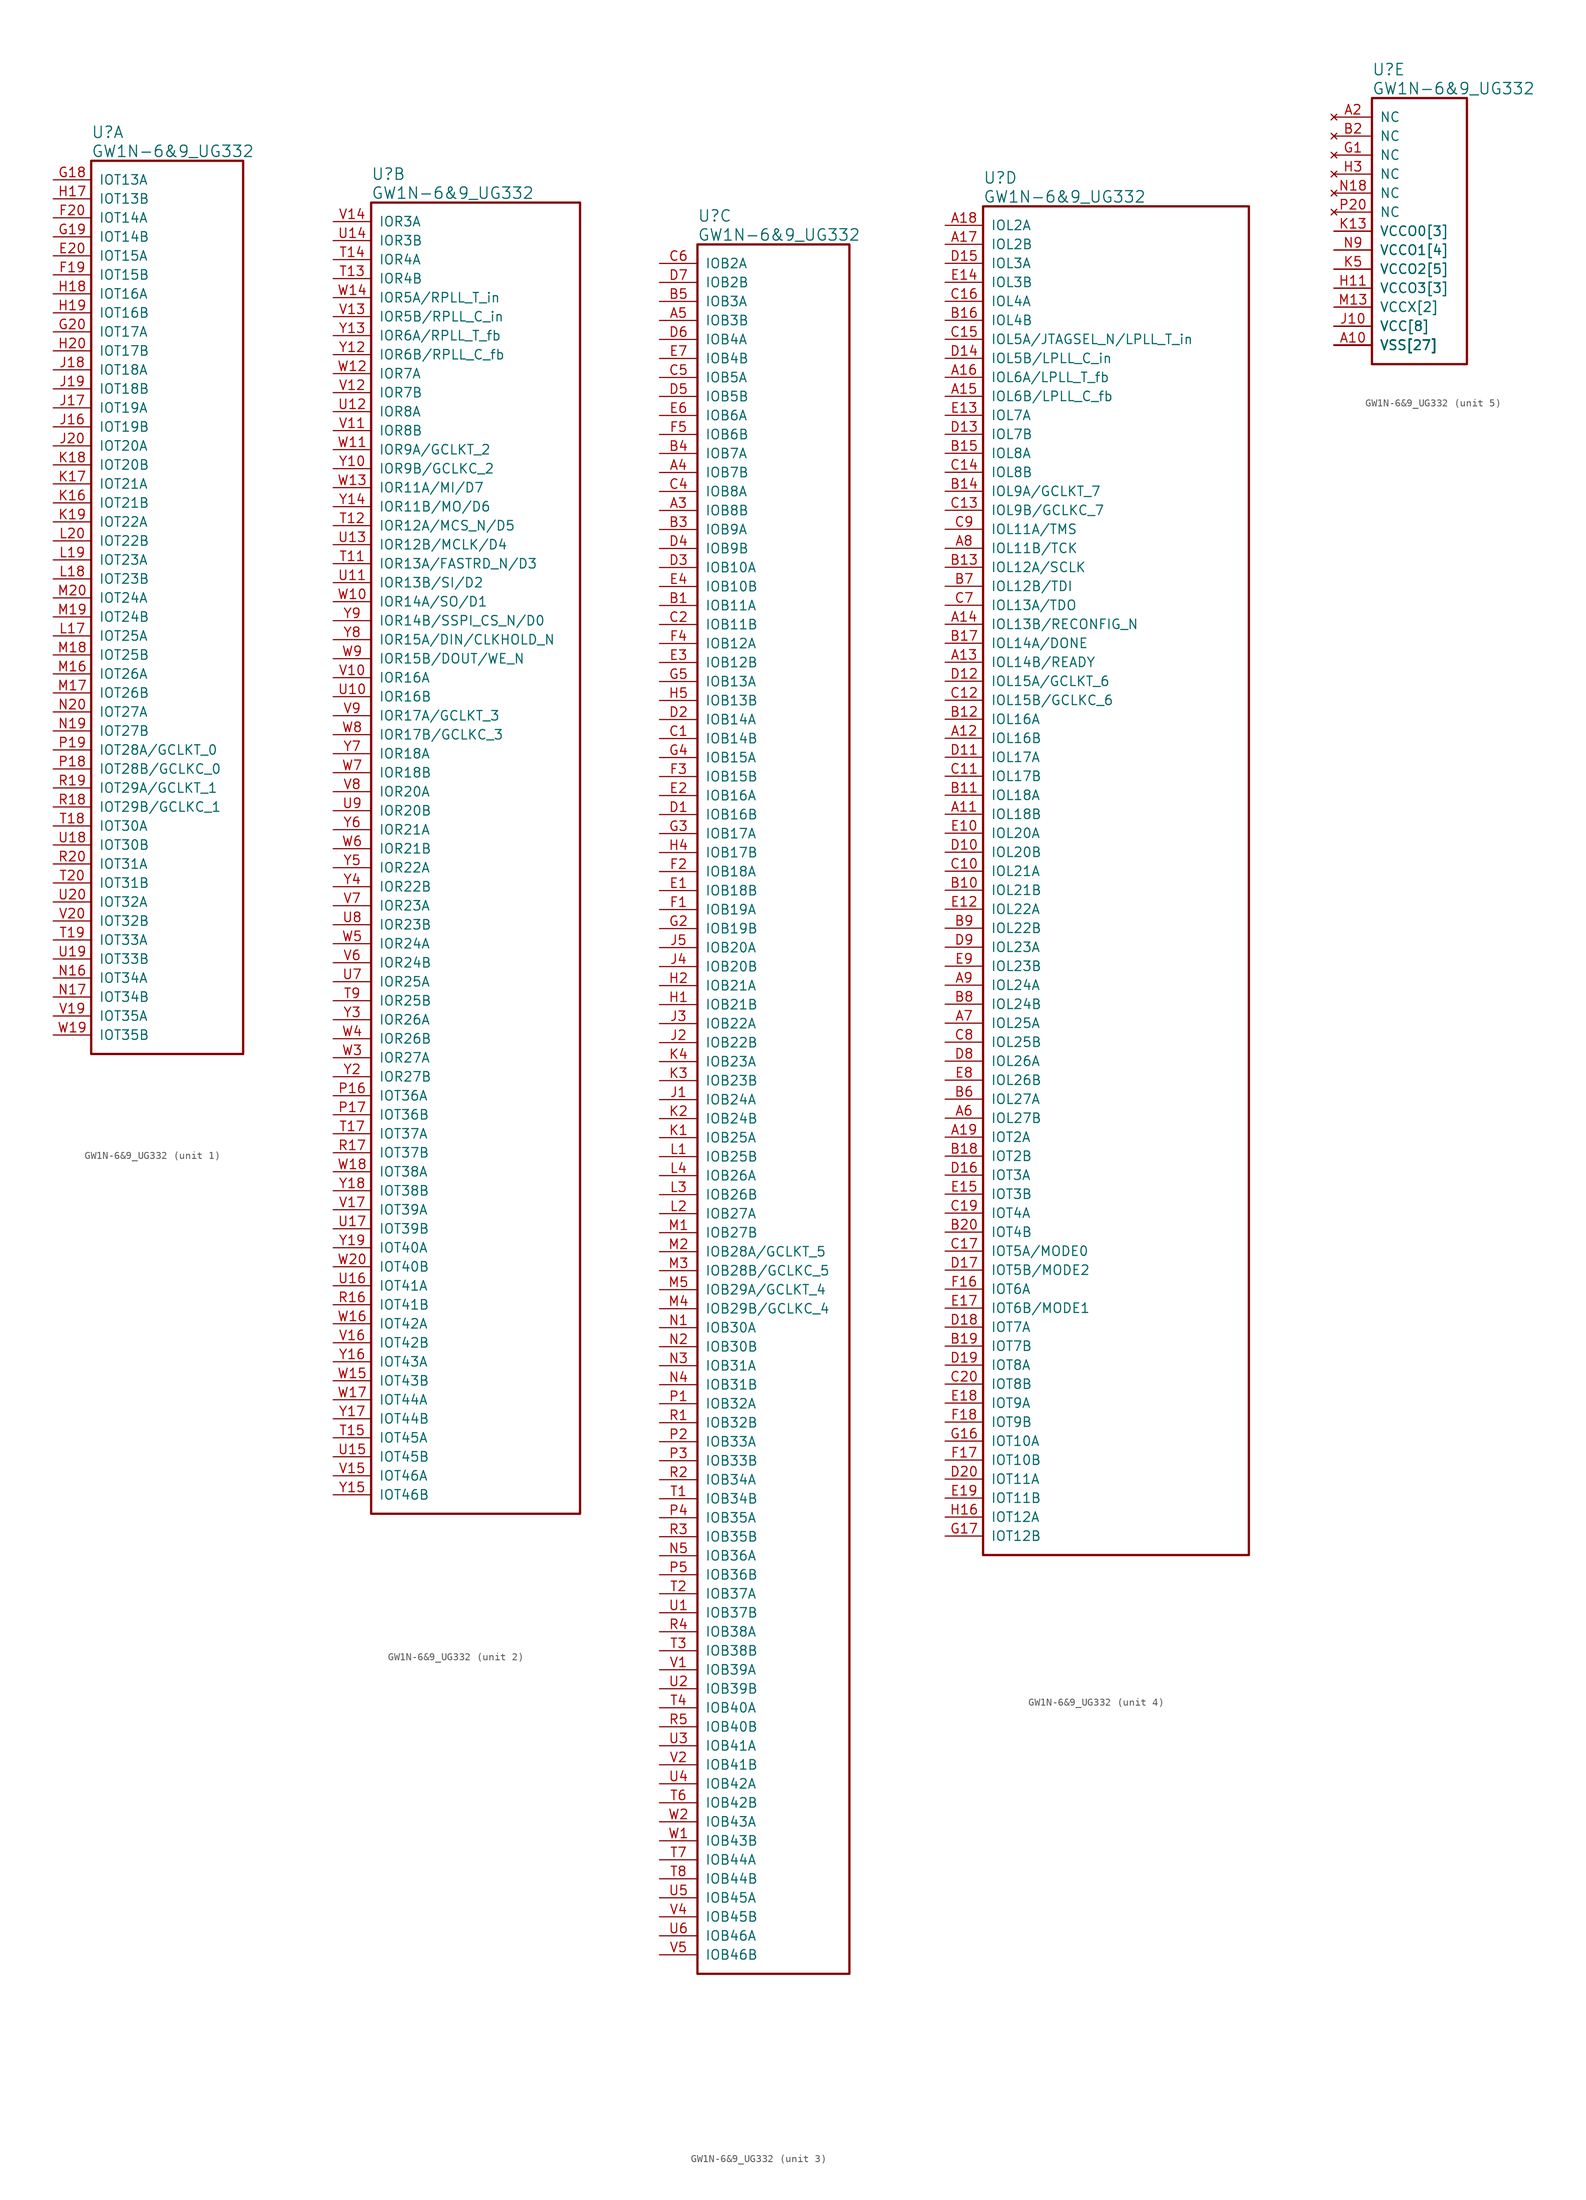
<source format=kicad_sym>
(kicad_symbol_lib
  (version 20211014)
  (generator kicad_symbol_editor)
  (symbol "GW1N-6&9_UG332"
    (pin_names
      (offset 1.016))
    (property "Reference" "U"
      (at 5.08 6.35 0)
      (effects (font (size 1.524 1.524)) (justify left)))
    (property "Value" "GW1N-6&9_UG332"
      (at 5.08 3.81 0)
      (effects (font (size 1.524 1.524)) (justify left)))
    (property "ki_locked" ""
      (at 0 0 0)
      (effects (font (size 1.27 1.27))))
    (symbol "GW1N-6&9_UG332_1_1"
      (rectangle (start 5.08 2.54) (end 25.4 -116.84) (stroke (width 0.305) (type default) (color 0 0 0 0)) (fill (type none)))
      (pin bidirectional line (at 0 -10.16 0) (length 5.08) (name "IOT15A" (effects (font (size 1.27 1.27)))) (number "E20" (effects (font (size 1.27 1.27)))))
      (pin bidirectional line (at 0 -12.7 0) (length 5.08) (name "IOT15B" (effects (font (size 1.27 1.27)))) (number "F19" (effects (font (size 1.27 1.27)))))
      (pin bidirectional line (at 0 -5.08 0) (length 5.08) (name "IOT14A" (effects (font (size 1.27 1.27)))) (number "F20" (effects (font (size 1.27 1.27)))))
      (pin bidirectional line (at 0 0 0) (length 5.08) (name "IOT13A" (effects (font (size 1.27 1.27)))) (number "G18" (effects (font (size 1.27 1.27)))))
      (pin bidirectional line (at 0 -7.62 0) (length 5.08) (name "IOT14B" (effects (font (size 1.27 1.27)))) (number "G19" (effects (font (size 1.27 1.27)))))
      (pin bidirectional line (at 0 -20.32 0) (length 5.08) (name "IOT17A" (effects (font (size 1.27 1.27)))) (number "G20" (effects (font (size 1.27 1.27)))))
      (pin bidirectional line (at 0 -2.54 0) (length 5.08) (name "IOT13B" (effects (font (size 1.27 1.27)))) (number "H17" (effects (font (size 1.27 1.27)))))
      (pin bidirectional line (at 0 -15.24 0) (length 5.08) (name "IOT16A" (effects (font (size 1.27 1.27)))) (number "H18" (effects (font (size 1.27 1.27)))))
      (pin bidirectional line (at 0 -17.78 0) (length 5.08) (name "IOT16B" (effects (font (size 1.27 1.27)))) (number "H19" (effects (font (size 1.27 1.27)))))
      (pin bidirectional line (at 0 -22.86 0) (length 5.08) (name "IOT17B" (effects (font (size 1.27 1.27)))) (number "H20" (effects (font (size 1.27 1.27)))))
      (pin bidirectional line (at 0 -33.02 0) (length 5.08) (name "IOT19B" (effects (font (size 1.27 1.27)))) (number "J16" (effects (font (size 1.27 1.27)))))
      (pin bidirectional line (at 0 -30.48 0) (length 5.08) (name "IOT19A" (effects (font (size 1.27 1.27)))) (number "J17" (effects (font (size 1.27 1.27)))))
      (pin bidirectional line (at 0 -25.4 0) (length 5.08) (name "IOT18A" (effects (font (size 1.27 1.27)))) (number "J18" (effects (font (size 1.27 1.27)))))
      (pin bidirectional line (at 0 -27.94 0) (length 5.08) (name "IOT18B" (effects (font (size 1.27 1.27)))) (number "J19" (effects (font (size 1.27 1.27)))))
      (pin bidirectional line (at 0 -35.56 0) (length 5.08) (name "IOT20A" (effects (font (size 1.27 1.27)))) (number "J20" (effects (font (size 1.27 1.27)))))
      (pin bidirectional line (at 0 -43.18 0) (length 5.08) (name "IOT21B" (effects (font (size 1.27 1.27)))) (number "K16" (effects (font (size 1.27 1.27)))))
      (pin bidirectional line (at 0 -40.64 0) (length 5.08) (name "IOT21A" (effects (font (size 1.27 1.27)))) (number "K17" (effects (font (size 1.27 1.27)))))
      (pin bidirectional line (at 0 -38.1 0) (length 5.08) (name "IOT20B" (effects (font (size 1.27 1.27)))) (number "K18" (effects (font (size 1.27 1.27)))))
      (pin bidirectional line (at 0 -45.72 0) (length 5.08) (name "IOT22A" (effects (font (size 1.27 1.27)))) (number "K19" (effects (font (size 1.27 1.27)))))
      (pin bidirectional line (at 0 -60.96 0) (length 5.08) (name "IOT25A" (effects (font (size 1.27 1.27)))) (number "L17" (effects (font (size 1.27 1.27)))))
      (pin bidirectional line (at 0 -53.34 0) (length 5.08) (name "IOT23B" (effects (font (size 1.27 1.27)))) (number "L18" (effects (font (size 1.27 1.27)))))
      (pin bidirectional line (at 0 -50.8 0) (length 5.08) (name "IOT23A" (effects (font (size 1.27 1.27)))) (number "L19" (effects (font (size 1.27 1.27)))))
      (pin bidirectional line (at 0 -48.26 0) (length 5.08) (name "IOT22B" (effects (font (size 1.27 1.27)))) (number "L20" (effects (font (size 1.27 1.27)))))
      (pin bidirectional line (at 0 -66.04 0) (length 5.08) (name "IOT26A" (effects (font (size 1.27 1.27)))) (number "M16" (effects (font (size 1.27 1.27)))))
      (pin bidirectional line (at 0 -68.58 0) (length 5.08) (name "IOT26B" (effects (font (size 1.27 1.27)))) (number "M17" (effects (font (size 1.27 1.27)))))
      (pin bidirectional line (at 0 -63.5 0) (length 5.08) (name "IOT25B" (effects (font (size 1.27 1.27)))) (number "M18" (effects (font (size 1.27 1.27)))))
      (pin bidirectional line (at 0 -58.42 0) (length 5.08) (name "IOT24B" (effects (font (size 1.27 1.27)))) (number "M19" (effects (font (size 1.27 1.27)))))
      (pin bidirectional line (at 0 -55.88 0) (length 5.08) (name "IOT24A" (effects (font (size 1.27 1.27)))) (number "M20" (effects (font (size 1.27 1.27)))))
      (pin bidirectional line (at 0 -106.68 0) (length 5.08) (name "IOT34A" (effects (font (size 1.27 1.27)))) (number "N16" (effects (font (size 1.27 1.27)))))
      (pin bidirectional line (at 0 -109.22 0) (length 5.08) (name "IOT34B" (effects (font (size 1.27 1.27)))) (number "N17" (effects (font (size 1.27 1.27)))))
      (pin bidirectional line (at 0 -73.66 0) (length 5.08) (name "IOT27B" (effects (font (size 1.27 1.27)))) (number "N19" (effects (font (size 1.27 1.27)))))
      (pin bidirectional line (at 0 -71.12 0) (length 5.08) (name "IOT27A" (effects (font (size 1.27 1.27)))) (number "N20" (effects (font (size 1.27 1.27)))))
      (pin bidirectional line (at 0 -78.74 0) (length 5.08) (name "IOT28B/GCLKC_0" (effects (font (size 1.27 1.27)))) (number "P18" (effects (font (size 1.27 1.27)))))
      (pin bidirectional line (at 0 -76.2 0) (length 5.08) (name "IOT28A/GCLKT_0" (effects (font (size 1.27 1.27)))) (number "P19" (effects (font (size 1.27 1.27)))))
      (pin bidirectional line (at 0 -83.82 0) (length 5.08) (name "IOT29B/GCLKC_1" (effects (font (size 1.27 1.27)))) (number "R18" (effects (font (size 1.27 1.27)))))
      (pin bidirectional line (at 0 -81.28 0) (length 5.08) (name "IOT29A/GCLKT_1" (effects (font (size 1.27 1.27)))) (number "R19" (effects (font (size 1.27 1.27)))))
      (pin bidirectional line (at 0 -91.44 0) (length 5.08) (name "IOT31A" (effects (font (size 1.27 1.27)))) (number "R20" (effects (font (size 1.27 1.27)))))
      (pin bidirectional line (at 0 -86.36 0) (length 5.08) (name "IOT30A" (effects (font (size 1.27 1.27)))) (number "T18" (effects (font (size 1.27 1.27)))))
      (pin bidirectional line (at 0 -101.6 0) (length 5.08) (name "IOT33A" (effects (font (size 1.27 1.27)))) (number "T19" (effects (font (size 1.27 1.27)))))
      (pin bidirectional line (at 0 -93.98 0) (length 5.08) (name "IOT31B" (effects (font (size 1.27 1.27)))) (number "T20" (effects (font (size 1.27 1.27)))))
      (pin bidirectional line (at 0 -88.9 0) (length 5.08) (name "IOT30B" (effects (font (size 1.27 1.27)))) (number "U18" (effects (font (size 1.27 1.27)))))
      (pin bidirectional line (at 0 -104.14 0) (length 5.08) (name "IOT33B" (effects (font (size 1.27 1.27)))) (number "U19" (effects (font (size 1.27 1.27)))))
      (pin bidirectional line (at 0 -96.52 0) (length 5.08) (name "IOT32A" (effects (font (size 1.27 1.27)))) (number "U20" (effects (font (size 1.27 1.27)))))
      (pin bidirectional line (at 0 -111.76 0) (length 5.08) (name "IOT35A" (effects (font (size 1.27 1.27)))) (number "V19" (effects (font (size 1.27 1.27)))))
      (pin bidirectional line (at 0 -99.06 0) (length 5.08) (name "IOT32B" (effects (font (size 1.27 1.27)))) (number "V20" (effects (font (size 1.27 1.27)))))
      (pin bidirectional line (at 0 -114.3 0) (length 5.08) (name "IOT35B" (effects (font (size 1.27 1.27)))) (number "W19" (effects (font (size 1.27 1.27))))))
    (symbol "GW1N-6&9_UG332_2_1"
      (rectangle (start 5.08 2.54) (end 33.02 -172.72) (stroke (width 0.305) (type default) (color 0 0 0 0)) (fill (type none)))
      (pin bidirectional line (at 0 -116.84 0) (length 5.08) (name "IOT36A" (effects (font (size 1.27 1.27)))) (number "P16" (effects (font (size 1.27 1.27)))))
      (pin bidirectional line (at 0 -119.38 0) (length 5.08) (name "IOT36B" (effects (font (size 1.27 1.27)))) (number "P17" (effects (font (size 1.27 1.27)))))
      (pin bidirectional line (at 0 -144.78 0) (length 5.08) (name "IOT41B" (effects (font (size 1.27 1.27)))) (number "R16" (effects (font (size 1.27 1.27)))))
      (pin bidirectional line (at 0 -124.46 0) (length 5.08) (name "IOT37B" (effects (font (size 1.27 1.27)))) (number "R17" (effects (font (size 1.27 1.27)))))
      (pin bidirectional line (at 0 -45.72 0) (length 5.08) (name "IOR13A/FASTRD_N/D3" (effects (font (size 1.27 1.27)))) (number "T11" (effects (font (size 1.27 1.27)))))
      (pin bidirectional line (at 0 -40.64 0) (length 5.08) (name "IOR12A/MCS_N/D5" (effects (font (size 1.27 1.27)))) (number "T12" (effects (font (size 1.27 1.27)))))
      (pin bidirectional line (at 0 -7.62 0) (length 5.08) (name "IOR4B" (effects (font (size 1.27 1.27)))) (number "T13" (effects (font (size 1.27 1.27)))))
      (pin bidirectional line (at 0 -5.08 0) (length 5.08) (name "IOR4A" (effects (font (size 1.27 1.27)))) (number "T14" (effects (font (size 1.27 1.27)))))
      (pin bidirectional line (at 0 -162.56 0) (length 5.08) (name "IOT45A" (effects (font (size 1.27 1.27)))) (number "T15" (effects (font (size 1.27 1.27)))))
      (pin bidirectional line (at 0 -121.92 0) (length 5.08) (name "IOT37A" (effects (font (size 1.27 1.27)))) (number "T17" (effects (font (size 1.27 1.27)))))
      (pin bidirectional line (at 0 -104.14 0) (length 5.08) (name "IOR25B" (effects (font (size 1.27 1.27)))) (number "T9" (effects (font (size 1.27 1.27)))))
      (pin bidirectional line (at 0 -63.5 0) (length 5.08) (name "IOR16B" (effects (font (size 1.27 1.27)))) (number "U10" (effects (font (size 1.27 1.27)))))
      (pin bidirectional line (at 0 -48.26 0) (length 5.08) (name "IOR13B/SI/D2" (effects (font (size 1.27 1.27)))) (number "U11" (effects (font (size 1.27 1.27)))))
      (pin bidirectional line (at 0 -25.4 0) (length 5.08) (name "IOR8A" (effects (font (size 1.27 1.27)))) (number "U12" (effects (font (size 1.27 1.27)))))
      (pin bidirectional line (at 0 -43.18 0) (length 5.08) (name "IOR12B/MCLK/D4" (effects (font (size 1.27 1.27)))) (number "U13" (effects (font (size 1.27 1.27)))))
      (pin bidirectional line (at 0 -2.54 0) (length 5.08) (name "IOR3B" (effects (font (size 1.27 1.27)))) (number "U14" (effects (font (size 1.27 1.27)))))
      (pin bidirectional line (at 0 -165.1 0) (length 5.08) (name "IOT45B" (effects (font (size 1.27 1.27)))) (number "U15" (effects (font (size 1.27 1.27)))))
      (pin bidirectional line (at 0 -142.24 0) (length 5.08) (name "IOT41A" (effects (font (size 1.27 1.27)))) (number "U16" (effects (font (size 1.27 1.27)))))
      (pin bidirectional line (at 0 -134.62 0) (length 5.08) (name "IOT39B" (effects (font (size 1.27 1.27)))) (number "U17" (effects (font (size 1.27 1.27)))))
      (pin bidirectional line (at 0 -101.6 0) (length 5.08) (name "IOR25A" (effects (font (size 1.27 1.27)))) (number "U7" (effects (font (size 1.27 1.27)))))
      (pin bidirectional line (at 0 -93.98 0) (length 5.08) (name "IOR23B" (effects (font (size 1.27 1.27)))) (number "U8" (effects (font (size 1.27 1.27)))))
      (pin bidirectional line (at 0 -78.74 0) (length 5.08) (name "IOR20B" (effects (font (size 1.27 1.27)))) (number "U9" (effects (font (size 1.27 1.27)))))
      (pin bidirectional line (at 0 -60.96 0) (length 5.08) (name "IOR16A" (effects (font (size 1.27 1.27)))) (number "V10" (effects (font (size 1.27 1.27)))))
      (pin bidirectional line (at 0 -27.94 0) (length 5.08) (name "IOR8B" (effects (font (size 1.27 1.27)))) (number "V11" (effects (font (size 1.27 1.27)))))
      (pin bidirectional line (at 0 -22.86 0) (length 5.08) (name "IOR7B" (effects (font (size 1.27 1.27)))) (number "V12" (effects (font (size 1.27 1.27)))))
      (pin bidirectional line (at 0 -12.7 0) (length 5.08) (name "IOR5B/RPLL_C_in" (effects (font (size 1.27 1.27)))) (number "V13" (effects (font (size 1.27 1.27)))))
      (pin bidirectional line (at 0 0 0) (length 5.08) (name "IOR3A" (effects (font (size 1.27 1.27)))) (number "V14" (effects (font (size 1.27 1.27)))))
      (pin bidirectional line (at 0 -167.64 0) (length 5.08) (name "IOT46A" (effects (font (size 1.27 1.27)))) (number "V15" (effects (font (size 1.27 1.27)))))
      (pin bidirectional line (at 0 -149.86 0) (length 5.08) (name "IOT42B" (effects (font (size 1.27 1.27)))) (number "V16" (effects (font (size 1.27 1.27)))))
      (pin bidirectional line (at 0 -132.08 0) (length 5.08) (name "IOT39A" (effects (font (size 1.27 1.27)))) (number "V17" (effects (font (size 1.27 1.27)))))
      (pin bidirectional line (at 0 -99.06 0) (length 5.08) (name "IOR24B" (effects (font (size 1.27 1.27)))) (number "V6" (effects (font (size 1.27 1.27)))))
      (pin bidirectional line (at 0 -91.44 0) (length 5.08) (name "IOR23A" (effects (font (size 1.27 1.27)))) (number "V7" (effects (font (size 1.27 1.27)))))
      (pin bidirectional line (at 0 -76.2 0) (length 5.08) (name "IOR20A" (effects (font (size 1.27 1.27)))) (number "V8" (effects (font (size 1.27 1.27)))))
      (pin bidirectional line (at 0 -66.04 0) (length 5.08) (name "IOR17A/GCLKT_3" (effects (font (size 1.27 1.27)))) (number "V9" (effects (font (size 1.27 1.27)))))
      (pin bidirectional line (at 0 -50.8 0) (length 5.08) (name "IOR14A/SO/D1" (effects (font (size 1.27 1.27)))) (number "W10" (effects (font (size 1.27 1.27)))))
      (pin bidirectional line (at 0 -30.48 0) (length 5.08) (name "IOR9A/GCLKT_2" (effects (font (size 1.27 1.27)))) (number "W11" (effects (font (size 1.27 1.27)))))
      (pin bidirectional line (at 0 -20.32 0) (length 5.08) (name "IOR7A" (effects (font (size 1.27 1.27)))) (number "W12" (effects (font (size 1.27 1.27)))))
      (pin bidirectional line (at 0 -35.56 0) (length 5.08) (name "IOR11A/MI/D7" (effects (font (size 1.27 1.27)))) (number "W13" (effects (font (size 1.27 1.27)))))
      (pin bidirectional line (at 0 -10.16 0) (length 5.08) (name "IOR5A/RPLL_T_in" (effects (font (size 1.27 1.27)))) (number "W14" (effects (font (size 1.27 1.27)))))
      (pin bidirectional line (at 0 -154.94 0) (length 5.08) (name "IOT43B" (effects (font (size 1.27 1.27)))) (number "W15" (effects (font (size 1.27 1.27)))))
      (pin bidirectional line (at 0 -147.32 0) (length 5.08) (name "IOT42A" (effects (font (size 1.27 1.27)))) (number "W16" (effects (font (size 1.27 1.27)))))
      (pin bidirectional line (at 0 -157.48 0) (length 5.08) (name "IOT44A" (effects (font (size 1.27 1.27)))) (number "W17" (effects (font (size 1.27 1.27)))))
      (pin bidirectional line (at 0 -127 0) (length 5.08) (name "IOT38A" (effects (font (size 1.27 1.27)))) (number "W18" (effects (font (size 1.27 1.27)))))
      (pin bidirectional line (at 0 -139.7 0) (length 5.08) (name "IOT40B" (effects (font (size 1.27 1.27)))) (number "W20" (effects (font (size 1.27 1.27)))))
      (pin bidirectional line (at 0 -111.76 0) (length 5.08) (name "IOR27A" (effects (font (size 1.27 1.27)))) (number "W3" (effects (font (size 1.27 1.27)))))
      (pin bidirectional line (at 0 -109.22 0) (length 5.08) (name "IOR26B" (effects (font (size 1.27 1.27)))) (number "W4" (effects (font (size 1.27 1.27)))))
      (pin bidirectional line (at 0 -96.52 0) (length 5.08) (name "IOR24A" (effects (font (size 1.27 1.27)))) (number "W5" (effects (font (size 1.27 1.27)))))
      (pin bidirectional line (at 0 -83.82 0) (length 5.08) (name "IOR21B" (effects (font (size 1.27 1.27)))) (number "W6" (effects (font (size 1.27 1.27)))))
      (pin bidirectional line (at 0 -73.66 0) (length 5.08) (name "IOR18B" (effects (font (size 1.27 1.27)))) (number "W7" (effects (font (size 1.27 1.27)))))
      (pin bidirectional line (at 0 -68.58 0) (length 5.08) (name "IOR17B/GCLKC_3" (effects (font (size 1.27 1.27)))) (number "W8" (effects (font (size 1.27 1.27)))))
      (pin bidirectional line (at 0 -58.42 0) (length 5.08) (name "IOR15B/DOUT/WE_N" (effects (font (size 1.27 1.27)))) (number "W9" (effects (font (size 1.27 1.27)))))
      (pin bidirectional line (at 0 -33.02 0) (length 5.08) (name "IOR9B/GCLKC_2" (effects (font (size 1.27 1.27)))) (number "Y10" (effects (font (size 1.27 1.27)))))
      (pin bidirectional line (at 0 -17.78 0) (length 5.08) (name "IOR6B/RPLL_C_fb" (effects (font (size 1.27 1.27)))) (number "Y12" (effects (font (size 1.27 1.27)))))
      (pin bidirectional line (at 0 -15.24 0) (length 5.08) (name "IOR6A/RPLL_T_fb" (effects (font (size 1.27 1.27)))) (number "Y13" (effects (font (size 1.27 1.27)))))
      (pin bidirectional line (at 0 -38.1 0) (length 5.08) (name "IOR11B/MO/D6" (effects (font (size 1.27 1.27)))) (number "Y14" (effects (font (size 1.27 1.27)))))
      (pin bidirectional line (at 0 -170.18 0) (length 5.08) (name "IOT46B" (effects (font (size 1.27 1.27)))) (number "Y15" (effects (font (size 1.27 1.27)))))
      (pin bidirectional line (at 0 -152.4 0) (length 5.08) (name "IOT43A" (effects (font (size 1.27 1.27)))) (number "Y16" (effects (font (size 1.27 1.27)))))
      (pin bidirectional line (at 0 -160.02 0) (length 5.08) (name "IOT44B" (effects (font (size 1.27 1.27)))) (number "Y17" (effects (font (size 1.27 1.27)))))
      (pin bidirectional line (at 0 -129.54 0) (length 5.08) (name "IOT38B" (effects (font (size 1.27 1.27)))) (number "Y18" (effects (font (size 1.27 1.27)))))
      (pin bidirectional line (at 0 -137.16 0) (length 5.08) (name "IOT40A" (effects (font (size 1.27 1.27)))) (number "Y19" (effects (font (size 1.27 1.27)))))
      (pin bidirectional line (at 0 -114.3 0) (length 5.08) (name "IOR27B" (effects (font (size 1.27 1.27)))) (number "Y2" (effects (font (size 1.27 1.27)))))
      (pin bidirectional line (at 0 -106.68 0) (length 5.08) (name "IOR26A" (effects (font (size 1.27 1.27)))) (number "Y3" (effects (font (size 1.27 1.27)))))
      (pin bidirectional line (at 0 -88.9 0) (length 5.08) (name "IOR22B" (effects (font (size 1.27 1.27)))) (number "Y4" (effects (font (size 1.27 1.27)))))
      (pin bidirectional line (at 0 -86.36 0) (length 5.08) (name "IOR22A" (effects (font (size 1.27 1.27)))) (number "Y5" (effects (font (size 1.27 1.27)))))
      (pin bidirectional line (at 0 -81.28 0) (length 5.08) (name "IOR21A" (effects (font (size 1.27 1.27)))) (number "Y6" (effects (font (size 1.27 1.27)))))
      (pin bidirectional line (at 0 -71.12 0) (length 5.08) (name "IOR18A" (effects (font (size 1.27 1.27)))) (number "Y7" (effects (font (size 1.27 1.27)))))
      (pin bidirectional line (at 0 -55.88 0) (length 5.08) (name "IOR15A/DIN/CLKHOLD_N" (effects (font (size 1.27 1.27)))) (number "Y8" (effects (font (size 1.27 1.27)))))
      (pin bidirectional line (at 0 -53.34 0) (length 5.08) (name "IOR14B/SSPI_CS_N/D0" (effects (font (size 1.27 1.27)))) (number "Y9" (effects (font (size 1.27 1.27))))))
    (symbol "GW1N-6&9_UG332_3_1"
      (rectangle (start 5.08 2.54) (end 25.4 -228.6) (stroke (width 0.305) (type default) (color 0 0 0 0)) (fill (type none)))
      (pin bidirectional line (at 0 -33.02 0) (length 5.08) (name "IOB8B" (effects (font (size 1.27 1.27)))) (number "A3" (effects (font (size 1.27 1.27)))))
      (pin bidirectional line (at 0 -27.94 0) (length 5.08) (name "IOB7B" (effects (font (size 1.27 1.27)))) (number "A4" (effects (font (size 1.27 1.27)))))
      (pin bidirectional line (at 0 -7.62 0) (length 5.08) (name "IOB3B" (effects (font (size 1.27 1.27)))) (number "A5" (effects (font (size 1.27 1.27)))))
      (pin bidirectional line (at 0 -45.72 0) (length 5.08) (name "IOB11A" (effects (font (size 1.27 1.27)))) (number "B1" (effects (font (size 1.27 1.27)))))
      (pin bidirectional line (at 0 -35.56 0) (length 5.08) (name "IOB9A" (effects (font (size 1.27 1.27)))) (number "B3" (effects (font (size 1.27 1.27)))))
      (pin bidirectional line (at 0 -25.4 0) (length 5.08) (name "IOB7A" (effects (font (size 1.27 1.27)))) (number "B4" (effects (font (size 1.27 1.27)))))
      (pin bidirectional line (at 0 -5.08 0) (length 5.08) (name "IOB3A" (effects (font (size 1.27 1.27)))) (number "B5" (effects (font (size 1.27 1.27)))))
      (pin bidirectional line (at 0 -63.5 0) (length 5.08) (name "IOB14B" (effects (font (size 1.27 1.27)))) (number "C1" (effects (font (size 1.27 1.27)))))
      (pin bidirectional line (at 0 -48.26 0) (length 5.08) (name "IOB11B" (effects (font (size 1.27 1.27)))) (number "C2" (effects (font (size 1.27 1.27)))))
      (pin bidirectional line (at 0 -30.48 0) (length 5.08) (name "IOB8A" (effects (font (size 1.27 1.27)))) (number "C4" (effects (font (size 1.27 1.27)))))
      (pin bidirectional line (at 0 -15.24 0) (length 5.08) (name "IOB5A" (effects (font (size 1.27 1.27)))) (number "C5" (effects (font (size 1.27 1.27)))))
      (pin bidirectional line (at 0 0 0) (length 5.08) (name "IOB2A" (effects (font (size 1.27 1.27)))) (number "C6" (effects (font (size 1.27 1.27)))))
      (pin bidirectional line (at 0 -73.66 0) (length 5.08) (name "IOB16B" (effects (font (size 1.27 1.27)))) (number "D1" (effects (font (size 1.27 1.27)))))
      (pin bidirectional line (at 0 -60.96 0) (length 5.08) (name "IOB14A" (effects (font (size 1.27 1.27)))) (number "D2" (effects (font (size 1.27 1.27)))))
      (pin bidirectional line (at 0 -40.64 0) (length 5.08) (name "IOB10A" (effects (font (size 1.27 1.27)))) (number "D3" (effects (font (size 1.27 1.27)))))
      (pin bidirectional line (at 0 -38.1 0) (length 5.08) (name "IOB9B" (effects (font (size 1.27 1.27)))) (number "D4" (effects (font (size 1.27 1.27)))))
      (pin bidirectional line (at 0 -17.78 0) (length 5.08) (name "IOB5B" (effects (font (size 1.27 1.27)))) (number "D5" (effects (font (size 1.27 1.27)))))
      (pin bidirectional line (at 0 -10.16 0) (length 5.08) (name "IOB4A" (effects (font (size 1.27 1.27)))) (number "D6" (effects (font (size 1.27 1.27)))))
      (pin bidirectional line (at 0 -2.54 0) (length 5.08) (name "IOB2B" (effects (font (size 1.27 1.27)))) (number "D7" (effects (font (size 1.27 1.27)))))
      (pin bidirectional line (at 0 -83.82 0) (length 5.08) (name "IOB18B" (effects (font (size 1.27 1.27)))) (number "E1" (effects (font (size 1.27 1.27)))))
      (pin bidirectional line (at 0 -71.12 0) (length 5.08) (name "IOB16A" (effects (font (size 1.27 1.27)))) (number "E2" (effects (font (size 1.27 1.27)))))
      (pin bidirectional line (at 0 -53.34 0) (length 5.08) (name "IOB12B" (effects (font (size 1.27 1.27)))) (number "E3" (effects (font (size 1.27 1.27)))))
      (pin bidirectional line (at 0 -43.18 0) (length 5.08) (name "IOB10B" (effects (font (size 1.27 1.27)))) (number "E4" (effects (font (size 1.27 1.27)))))
      (pin bidirectional line (at 0 -20.32 0) (length 5.08) (name "IOB6A" (effects (font (size 1.27 1.27)))) (number "E6" (effects (font (size 1.27 1.27)))))
      (pin bidirectional line (at 0 -12.7 0) (length 5.08) (name "IOB4B" (effects (font (size 1.27 1.27)))) (number "E7" (effects (font (size 1.27 1.27)))))
      (pin bidirectional line (at 0 -86.36 0) (length 5.08) (name "IOB19A" (effects (font (size 1.27 1.27)))) (number "F1" (effects (font (size 1.27 1.27)))))
      (pin bidirectional line (at 0 -81.28 0) (length 5.08) (name "IOB18A" (effects (font (size 1.27 1.27)))) (number "F2" (effects (font (size 1.27 1.27)))))
      (pin bidirectional line (at 0 -68.58 0) (length 5.08) (name "IOB15B" (effects (font (size 1.27 1.27)))) (number "F3" (effects (font (size 1.27 1.27)))))
      (pin bidirectional line (at 0 -50.8 0) (length 5.08) (name "IOB12A" (effects (font (size 1.27 1.27)))) (number "F4" (effects (font (size 1.27 1.27)))))
      (pin bidirectional line (at 0 -22.86 0) (length 5.08) (name "IOB6B" (effects (font (size 1.27 1.27)))) (number "F5" (effects (font (size 1.27 1.27)))))
      (pin bidirectional line (at 0 -88.9 0) (length 5.08) (name "IOB19B" (effects (font (size 1.27 1.27)))) (number "G2" (effects (font (size 1.27 1.27)))))
      (pin bidirectional line (at 0 -76.2 0) (length 5.08) (name "IOB17A" (effects (font (size 1.27 1.27)))) (number "G3" (effects (font (size 1.27 1.27)))))
      (pin bidirectional line (at 0 -66.04 0) (length 5.08) (name "IOB15A" (effects (font (size 1.27 1.27)))) (number "G4" (effects (font (size 1.27 1.27)))))
      (pin bidirectional line (at 0 -55.88 0) (length 5.08) (name "IOB13A" (effects (font (size 1.27 1.27)))) (number "G5" (effects (font (size 1.27 1.27)))))
      (pin bidirectional line (at 0 -99.06 0) (length 5.08) (name "IOB21B" (effects (font (size 1.27 1.27)))) (number "H1" (effects (font (size 1.27 1.27)))))
      (pin bidirectional line (at 0 -96.52 0) (length 5.08) (name "IOB21A" (effects (font (size 1.27 1.27)))) (number "H2" (effects (font (size 1.27 1.27)))))
      (pin bidirectional line (at 0 -78.74 0) (length 5.08) (name "IOB17B" (effects (font (size 1.27 1.27)))) (number "H4" (effects (font (size 1.27 1.27)))))
      (pin bidirectional line (at 0 -58.42 0) (length 5.08) (name "IOB13B" (effects (font (size 1.27 1.27)))) (number "H5" (effects (font (size 1.27 1.27)))))
      (pin bidirectional line (at 0 -111.76 0) (length 5.08) (name "IOB24A" (effects (font (size 1.27 1.27)))) (number "J1" (effects (font (size 1.27 1.27)))))
      (pin bidirectional line (at 0 -104.14 0) (length 5.08) (name "IOB22B" (effects (font (size 1.27 1.27)))) (number "J2" (effects (font (size 1.27 1.27)))))
      (pin bidirectional line (at 0 -101.6 0) (length 5.08) (name "IOB22A" (effects (font (size 1.27 1.27)))) (number "J3" (effects (font (size 1.27 1.27)))))
      (pin bidirectional line (at 0 -93.98 0) (length 5.08) (name "IOB20B" (effects (font (size 1.27 1.27)))) (number "J4" (effects (font (size 1.27 1.27)))))
      (pin bidirectional line (at 0 -91.44 0) (length 5.08) (name "IOB20A" (effects (font (size 1.27 1.27)))) (number "J5" (effects (font (size 1.27 1.27)))))
      (pin bidirectional line (at 0 -116.84 0) (length 5.08) (name "IOB25A" (effects (font (size 1.27 1.27)))) (number "K1" (effects (font (size 1.27 1.27)))))
      (pin bidirectional line (at 0 -114.3 0) (length 5.08) (name "IOB24B" (effects (font (size 1.27 1.27)))) (number "K2" (effects (font (size 1.27 1.27)))))
      (pin bidirectional line (at 0 -109.22 0) (length 5.08) (name "IOB23B" (effects (font (size 1.27 1.27)))) (number "K3" (effects (font (size 1.27 1.27)))))
      (pin bidirectional line (at 0 -106.68 0) (length 5.08) (name "IOB23A" (effects (font (size 1.27 1.27)))) (number "K4" (effects (font (size 1.27 1.27)))))
      (pin bidirectional line (at 0 -119.38 0) (length 5.08) (name "IOB25B" (effects (font (size 1.27 1.27)))) (number "L1" (effects (font (size 1.27 1.27)))))
      (pin bidirectional line (at 0 -127 0) (length 5.08) (name "IOB27A" (effects (font (size 1.27 1.27)))) (number "L2" (effects (font (size 1.27 1.27)))))
      (pin bidirectional line (at 0 -124.46 0) (length 5.08) (name "IOB26B" (effects (font (size 1.27 1.27)))) (number "L3" (effects (font (size 1.27 1.27)))))
      (pin bidirectional line (at 0 -121.92 0) (length 5.08) (name "IOB26A" (effects (font (size 1.27 1.27)))) (number "L4" (effects (font (size 1.27 1.27)))))
      (pin bidirectional line (at 0 -129.54 0) (length 5.08) (name "IOB27B" (effects (font (size 1.27 1.27)))) (number "M1" (effects (font (size 1.27 1.27)))))
      (pin bidirectional line (at 0 -132.08 0) (length 5.08) (name "IOB28A/GCLKT_5" (effects (font (size 1.27 1.27)))) (number "M2" (effects (font (size 1.27 1.27)))))
      (pin bidirectional line (at 0 -134.62 0) (length 5.08) (name "IOB28B/GCLKC_5" (effects (font (size 1.27 1.27)))) (number "M3" (effects (font (size 1.27 1.27)))))
      (pin bidirectional line (at 0 -139.7 0) (length 5.08) (name "IOB29B/GCLKC_4" (effects (font (size 1.27 1.27)))) (number "M4" (effects (font (size 1.27 1.27)))))
      (pin bidirectional line (at 0 -137.16 0) (length 5.08) (name "IOB29A/GCLKT_4" (effects (font (size 1.27 1.27)))) (number "M5" (effects (font (size 1.27 1.27)))))
      (pin bidirectional line (at 0 -142.24 0) (length 5.08) (name "IOB30A" (effects (font (size 1.27 1.27)))) (number "N1" (effects (font (size 1.27 1.27)))))
      (pin bidirectional line (at 0 -144.78 0) (length 5.08) (name "IOB30B" (effects (font (size 1.27 1.27)))) (number "N2" (effects (font (size 1.27 1.27)))))
      (pin bidirectional line (at 0 -147.32 0) (length 5.08) (name "IOB31A" (effects (font (size 1.27 1.27)))) (number "N3" (effects (font (size 1.27 1.27)))))
      (pin bidirectional line (at 0 -149.86 0) (length 5.08) (name "IOB31B" (effects (font (size 1.27 1.27)))) (number "N4" (effects (font (size 1.27 1.27)))))
      (pin bidirectional line (at 0 -172.72 0) (length 5.08) (name "IOB36A" (effects (font (size 1.27 1.27)))) (number "N5" (effects (font (size 1.27 1.27)))))
      (pin bidirectional line (at 0 -152.4 0) (length 5.08) (name "IOB32A" (effects (font (size 1.27 1.27)))) (number "P1" (effects (font (size 1.27 1.27)))))
      (pin bidirectional line (at 0 -157.48 0) (length 5.08) (name "IOB33A" (effects (font (size 1.27 1.27)))) (number "P2" (effects (font (size 1.27 1.27)))))
      (pin bidirectional line (at 0 -160.02 0) (length 5.08) (name "IOB33B" (effects (font (size 1.27 1.27)))) (number "P3" (effects (font (size 1.27 1.27)))))
      (pin bidirectional line (at 0 -167.64 0) (length 5.08) (name "IOB35A" (effects (font (size 1.27 1.27)))) (number "P4" (effects (font (size 1.27 1.27)))))
      (pin bidirectional line (at 0 -175.26 0) (length 5.08) (name "IOB36B" (effects (font (size 1.27 1.27)))) (number "P5" (effects (font (size 1.27 1.27)))))
      (pin bidirectional line (at 0 -154.94 0) (length 5.08) (name "IOB32B" (effects (font (size 1.27 1.27)))) (number "R1" (effects (font (size 1.27 1.27)))))
      (pin bidirectional line (at 0 -162.56 0) (length 5.08) (name "IOB34A" (effects (font (size 1.27 1.27)))) (number "R2" (effects (font (size 1.27 1.27)))))
      (pin bidirectional line (at 0 -170.18 0) (length 5.08) (name "IOB35B" (effects (font (size 1.27 1.27)))) (number "R3" (effects (font (size 1.27 1.27)))))
      (pin bidirectional line (at 0 -182.88 0) (length 5.08) (name "IOB38A" (effects (font (size 1.27 1.27)))) (number "R4" (effects (font (size 1.27 1.27)))))
      (pin bidirectional line (at 0 -195.58 0) (length 5.08) (name "IOB40B" (effects (font (size 1.27 1.27)))) (number "R5" (effects (font (size 1.27 1.27)))))
      (pin bidirectional line (at 0 -165.1 0) (length 5.08) (name "IOB34B" (effects (font (size 1.27 1.27)))) (number "T1" (effects (font (size 1.27 1.27)))))
      (pin bidirectional line (at 0 -177.8 0) (length 5.08) (name "IOB37A" (effects (font (size 1.27 1.27)))) (number "T2" (effects (font (size 1.27 1.27)))))
      (pin bidirectional line (at 0 -185.42 0) (length 5.08) (name "IOB38B" (effects (font (size 1.27 1.27)))) (number "T3" (effects (font (size 1.27 1.27)))))
      (pin bidirectional line (at 0 -193.04 0) (length 5.08) (name "IOB40A" (effects (font (size 1.27 1.27)))) (number "T4" (effects (font (size 1.27 1.27)))))
      (pin bidirectional line (at 0 -205.74 0) (length 5.08) (name "IOB42B" (effects (font (size 1.27 1.27)))) (number "T6" (effects (font (size 1.27 1.27)))))
      (pin bidirectional line (at 0 -213.36 0) (length 5.08) (name "IOB44A" (effects (font (size 1.27 1.27)))) (number "T7" (effects (font (size 1.27 1.27)))))
      (pin bidirectional line (at 0 -215.9 0) (length 5.08) (name "IOB44B" (effects (font (size 1.27 1.27)))) (number "T8" (effects (font (size 1.27 1.27)))))
      (pin bidirectional line (at 0 -180.34 0) (length 5.08) (name "IOB37B" (effects (font (size 1.27 1.27)))) (number "U1" (effects (font (size 1.27 1.27)))))
      (pin bidirectional line (at 0 -190.5 0) (length 5.08) (name "IOB39B" (effects (font (size 1.27 1.27)))) (number "U2" (effects (font (size 1.27 1.27)))))
      (pin bidirectional line (at 0 -198.12 0) (length 5.08) (name "IOB41A" (effects (font (size 1.27 1.27)))) (number "U3" (effects (font (size 1.27 1.27)))))
      (pin bidirectional line (at 0 -203.2 0) (length 5.08) (name "IOB42A" (effects (font (size 1.27 1.27)))) (number "U4" (effects (font (size 1.27 1.27)))))
      (pin bidirectional line (at 0 -218.44 0) (length 5.08) (name "IOB45A" (effects (font (size 1.27 1.27)))) (number "U5" (effects (font (size 1.27 1.27)))))
      (pin bidirectional line (at 0 -223.52 0) (length 5.08) (name "IOB46A" (effects (font (size 1.27 1.27)))) (number "U6" (effects (font (size 1.27 1.27)))))
      (pin bidirectional line (at 0 -187.96 0) (length 5.08) (name "IOB39A" (effects (font (size 1.27 1.27)))) (number "V1" (effects (font (size 1.27 1.27)))))
      (pin bidirectional line (at 0 -200.66 0) (length 5.08) (name "IOB41B" (effects (font (size 1.27 1.27)))) (number "V2" (effects (font (size 1.27 1.27)))))
      (pin bidirectional line (at 0 -220.98 0) (length 5.08) (name "IOB45B" (effects (font (size 1.27 1.27)))) (number "V4" (effects (font (size 1.27 1.27)))))
      (pin bidirectional line (at 0 -226.06 0) (length 5.08) (name "IOB46B" (effects (font (size 1.27 1.27)))) (number "V5" (effects (font (size 1.27 1.27)))))
      (pin bidirectional line (at 0 -210.82 0) (length 5.08) (name "IOB43B" (effects (font (size 1.27 1.27)))) (number "W1" (effects (font (size 1.27 1.27)))))
      (pin bidirectional line (at 0 -208.28 0) (length 5.08) (name "IOB43A" (effects (font (size 1.27 1.27)))) (number "W2" (effects (font (size 1.27 1.27))))))
    (symbol "GW1N-6&9_UG332_4_1"
      (rectangle (start 5.08 2.54) (end 40.64 -177.8) (stroke (width 0.305) (type default) (color 0 0 0 0)) (fill (type none)))
      (pin bidirectional line (at 0 -78.74 0) (length 5.08) (name "IOL18B" (effects (font (size 1.27 1.27)))) (number "A11" (effects (font (size 1.27 1.27)))))
      (pin bidirectional line (at 0 -68.58 0) (length 5.08) (name "IOL16B" (effects (font (size 1.27 1.27)))) (number "A12" (effects (font (size 1.27 1.27)))))
      (pin bidirectional line (at 0 -58.42 0) (length 5.08) (name "IOL14B/READY" (effects (font (size 1.27 1.27)))) (number "A13" (effects (font (size 1.27 1.27)))))
      (pin bidirectional line (at 0 -53.34 0) (length 5.08) (name "IOL13B/RECONFIG_N" (effects (font (size 1.27 1.27)))) (number "A14" (effects (font (size 1.27 1.27)))))
      (pin bidirectional line (at 0 -22.86 0) (length 5.08) (name "IOL6B/LPLL_C_fb" (effects (font (size 1.27 1.27)))) (number "A15" (effects (font (size 1.27 1.27)))))
      (pin bidirectional line (at 0 -20.32 0) (length 5.08) (name "IOL6A/LPLL_T_fb" (effects (font (size 1.27 1.27)))) (number "A16" (effects (font (size 1.27 1.27)))))
      (pin bidirectional line (at 0 -2.54 0) (length 5.08) (name "IOL2B" (effects (font (size 1.27 1.27)))) (number "A17" (effects (font (size 1.27 1.27)))))
      (pin bidirectional line (at 0 0 0) (length 5.08) (name "IOL2A" (effects (font (size 1.27 1.27)))) (number "A18" (effects (font (size 1.27 1.27)))))
      (pin bidirectional line (at 0 -121.92 0) (length 5.08) (name "IOT2A" (effects (font (size 1.27 1.27)))) (number "A19" (effects (font (size 1.27 1.27)))))
      (pin bidirectional line (at 0 -119.38 0) (length 5.08) (name "IOL27B" (effects (font (size 1.27 1.27)))) (number "A6" (effects (font (size 1.27 1.27)))))
      (pin bidirectional line (at 0 -106.68 0) (length 5.08) (name "IOL25A" (effects (font (size 1.27 1.27)))) (number "A7" (effects (font (size 1.27 1.27)))))
      (pin bidirectional line (at 0 -43.18 0) (length 5.08) (name "IOL11B/TCK" (effects (font (size 1.27 1.27)))) (number "A8" (effects (font (size 1.27 1.27)))))
      (pin bidirectional line (at 0 -101.6 0) (length 5.08) (name "IOL24A" (effects (font (size 1.27 1.27)))) (number "A9" (effects (font (size 1.27 1.27)))))
      (pin bidirectional line (at 0 -88.9 0) (length 5.08) (name "IOL21B" (effects (font (size 1.27 1.27)))) (number "B10" (effects (font (size 1.27 1.27)))))
      (pin bidirectional line (at 0 -76.2 0) (length 5.08) (name "IOL18A" (effects (font (size 1.27 1.27)))) (number "B11" (effects (font (size 1.27 1.27)))))
      (pin bidirectional line (at 0 -66.04 0) (length 5.08) (name "IOL16A" (effects (font (size 1.27 1.27)))) (number "B12" (effects (font (size 1.27 1.27)))))
      (pin bidirectional line (at 0 -45.72 0) (length 5.08) (name "IOL12A/SCLK" (effects (font (size 1.27 1.27)))) (number "B13" (effects (font (size 1.27 1.27)))))
      (pin bidirectional line (at 0 -35.56 0) (length 5.08) (name "IOL9A/GCLKT_7" (effects (font (size 1.27 1.27)))) (number "B14" (effects (font (size 1.27 1.27)))))
      (pin bidirectional line (at 0 -30.48 0) (length 5.08) (name "IOL8A" (effects (font (size 1.27 1.27)))) (number "B15" (effects (font (size 1.27 1.27)))))
      (pin bidirectional line (at 0 -12.7 0) (length 5.08) (name "IOL4B" (effects (font (size 1.27 1.27)))) (number "B16" (effects (font (size 1.27 1.27)))))
      (pin bidirectional line (at 0 -55.88 0) (length 5.08) (name "IOL14A/DONE" (effects (font (size 1.27 1.27)))) (number "B17" (effects (font (size 1.27 1.27)))))
      (pin bidirectional line (at 0 -124.46 0) (length 5.08) (name "IOT2B" (effects (font (size 1.27 1.27)))) (number "B18" (effects (font (size 1.27 1.27)))))
      (pin bidirectional line (at 0 -149.86 0) (length 5.08) (name "IOT7B" (effects (font (size 1.27 1.27)))) (number "B19" (effects (font (size 1.27 1.27)))))
      (pin bidirectional line (at 0 -134.62 0) (length 5.08) (name "IOT4B" (effects (font (size 1.27 1.27)))) (number "B20" (effects (font (size 1.27 1.27)))))
      (pin bidirectional line (at 0 -116.84 0) (length 5.08) (name "IOL27A" (effects (font (size 1.27 1.27)))) (number "B6" (effects (font (size 1.27 1.27)))))
      (pin bidirectional line (at 0 -48.26 0) (length 5.08) (name "IOL12B/TDI" (effects (font (size 1.27 1.27)))) (number "B7" (effects (font (size 1.27 1.27)))))
      (pin bidirectional line (at 0 -104.14 0) (length 5.08) (name "IOL24B" (effects (font (size 1.27 1.27)))) (number "B8" (effects (font (size 1.27 1.27)))))
      (pin bidirectional line (at 0 -93.98 0) (length 5.08) (name "IOL22B" (effects (font (size 1.27 1.27)))) (number "B9" (effects (font (size 1.27 1.27)))))
      (pin bidirectional line (at 0 -86.36 0) (length 5.08) (name "IOL21A" (effects (font (size 1.27 1.27)))) (number "C10" (effects (font (size 1.27 1.27)))))
      (pin bidirectional line (at 0 -73.66 0) (length 5.08) (name "IOL17B" (effects (font (size 1.27 1.27)))) (number "C11" (effects (font (size 1.27 1.27)))))
      (pin bidirectional line (at 0 -63.5 0) (length 5.08) (name "IOL15B/GCLKC_6" (effects (font (size 1.27 1.27)))) (number "C12" (effects (font (size 1.27 1.27)))))
      (pin bidirectional line (at 0 -38.1 0) (length 5.08) (name "IOL9B/GCLKC_7" (effects (font (size 1.27 1.27)))) (number "C13" (effects (font (size 1.27 1.27)))))
      (pin bidirectional line (at 0 -33.02 0) (length 5.08) (name "IOL8B" (effects (font (size 1.27 1.27)))) (number "C14" (effects (font (size 1.27 1.27)))))
      (pin bidirectional line (at 0 -15.24 0) (length 5.08) (name "IOL5A/JTAGSEL_N/LPLL_T_in" (effects (font (size 1.27 1.27)))) (number "C15" (effects (font (size 1.27 1.27)))))
      (pin bidirectional line (at 0 -10.16 0) (length 5.08) (name "IOL4A" (effects (font (size 1.27 1.27)))) (number "C16" (effects (font (size 1.27 1.27)))))
      (pin bidirectional line (at 0 -137.16 0) (length 5.08) (name "IOT5A/MODE0" (effects (font (size 1.27 1.27)))) (number "C17" (effects (font (size 1.27 1.27)))))
      (pin bidirectional line (at 0 -132.08 0) (length 5.08) (name "IOT4A" (effects (font (size 1.27 1.27)))) (number "C19" (effects (font (size 1.27 1.27)))))
      (pin bidirectional line (at 0 -154.94 0) (length 5.08) (name "IOT8B" (effects (font (size 1.27 1.27)))) (number "C20" (effects (font (size 1.27 1.27)))))
      (pin bidirectional line (at 0 -50.8 0) (length 5.08) (name "IOL13A/TDO" (effects (font (size 1.27 1.27)))) (number "C7" (effects (font (size 1.27 1.27)))))
      (pin bidirectional line (at 0 -109.22 0) (length 5.08) (name "IOL25B" (effects (font (size 1.27 1.27)))) (number "C8" (effects (font (size 1.27 1.27)))))
      (pin bidirectional line (at 0 -40.64 0) (length 5.08) (name "IOL11A/TMS" (effects (font (size 1.27 1.27)))) (number "C9" (effects (font (size 1.27 1.27)))))
      (pin bidirectional line (at 0 -83.82 0) (length 5.08) (name "IOL20B" (effects (font (size 1.27 1.27)))) (number "D10" (effects (font (size 1.27 1.27)))))
      (pin bidirectional line (at 0 -71.12 0) (length 5.08) (name "IOL17A" (effects (font (size 1.27 1.27)))) (number "D11" (effects (font (size 1.27 1.27)))))
      (pin bidirectional line (at 0 -60.96 0) (length 5.08) (name "IOL15A/GCLKT_6" (effects (font (size 1.27 1.27)))) (number "D12" (effects (font (size 1.27 1.27)))))
      (pin bidirectional line (at 0 -27.94 0) (length 5.08) (name "IOL7B" (effects (font (size 1.27 1.27)))) (number "D13" (effects (font (size 1.27 1.27)))))
      (pin bidirectional line (at 0 -17.78 0) (length 5.08) (name "IOL5B/LPLL_C_in" (effects (font (size 1.27 1.27)))) (number "D14" (effects (font (size 1.27 1.27)))))
      (pin bidirectional line (at 0 -5.08 0) (length 5.08) (name "IOL3A" (effects (font (size 1.27 1.27)))) (number "D15" (effects (font (size 1.27 1.27)))))
      (pin bidirectional line (at 0 -127 0) (length 5.08) (name "IOT3A" (effects (font (size 1.27 1.27)))) (number "D16" (effects (font (size 1.27 1.27)))))
      (pin bidirectional line (at 0 -139.7 0) (length 5.08) (name "IOT5B/MODE2" (effects (font (size 1.27 1.27)))) (number "D17" (effects (font (size 1.27 1.27)))))
      (pin bidirectional line (at 0 -147.32 0) (length 5.08) (name "IOT7A" (effects (font (size 1.27 1.27)))) (number "D18" (effects (font (size 1.27 1.27)))))
      (pin bidirectional line (at 0 -152.4 0) (length 5.08) (name "IOT8A" (effects (font (size 1.27 1.27)))) (number "D19" (effects (font (size 1.27 1.27)))))
      (pin bidirectional line (at 0 -167.64 0) (length 5.08) (name "IOT11A" (effects (font (size 1.27 1.27)))) (number "D20" (effects (font (size 1.27 1.27)))))
      (pin bidirectional line (at 0 -111.76 0) (length 5.08) (name "IOL26A" (effects (font (size 1.27 1.27)))) (number "D8" (effects (font (size 1.27 1.27)))))
      (pin bidirectional line (at 0 -96.52 0) (length 5.08) (name "IOL23A" (effects (font (size 1.27 1.27)))) (number "D9" (effects (font (size 1.27 1.27)))))
      (pin bidirectional line (at 0 -81.28 0) (length 5.08) (name "IOL20A" (effects (font (size 1.27 1.27)))) (number "E10" (effects (font (size 1.27 1.27)))))
      (pin bidirectional line (at 0 -91.44 0) (length 5.08) (name "IOL22A" (effects (font (size 1.27 1.27)))) (number "E12" (effects (font (size 1.27 1.27)))))
      (pin bidirectional line (at 0 -25.4 0) (length 5.08) (name "IOL7A" (effects (font (size 1.27 1.27)))) (number "E13" (effects (font (size 1.27 1.27)))))
      (pin bidirectional line (at 0 -7.62 0) (length 5.08) (name "IOL3B" (effects (font (size 1.27 1.27)))) (number "E14" (effects (font (size 1.27 1.27)))))
      (pin bidirectional line (at 0 -129.54 0) (length 5.08) (name "IOT3B" (effects (font (size 1.27 1.27)))) (number "E15" (effects (font (size 1.27 1.27)))))
      (pin bidirectional line (at 0 -144.78 0) (length 5.08) (name "IOT6B/MODE1" (effects (font (size 1.27 1.27)))) (number "E17" (effects (font (size 1.27 1.27)))))
      (pin bidirectional line (at 0 -157.48 0) (length 5.08) (name "IOT9A" (effects (font (size 1.27 1.27)))) (number "E18" (effects (font (size 1.27 1.27)))))
      (pin bidirectional line (at 0 -170.18 0) (length 5.08) (name "IOT11B" (effects (font (size 1.27 1.27)))) (number "E19" (effects (font (size 1.27 1.27)))))
      (pin bidirectional line (at 0 -114.3 0) (length 5.08) (name "IOL26B" (effects (font (size 1.27 1.27)))) (number "E8" (effects (font (size 1.27 1.27)))))
      (pin bidirectional line (at 0 -99.06 0) (length 5.08) (name "IOL23B" (effects (font (size 1.27 1.27)))) (number "E9" (effects (font (size 1.27 1.27)))))
      (pin bidirectional line (at 0 -142.24 0) (length 5.08) (name "IOT6A" (effects (font (size 1.27 1.27)))) (number "F16" (effects (font (size 1.27 1.27)))))
      (pin bidirectional line (at 0 -165.1 0) (length 5.08) (name "IOT10B" (effects (font (size 1.27 1.27)))) (number "F17" (effects (font (size 1.27 1.27)))))
      (pin bidirectional line (at 0 -160.02 0) (length 5.08) (name "IOT9B" (effects (font (size 1.27 1.27)))) (number "F18" (effects (font (size 1.27 1.27)))))
      (pin bidirectional line (at 0 -162.56 0) (length 5.08) (name "IOT10A" (effects (font (size 1.27 1.27)))) (number "G16" (effects (font (size 1.27 1.27)))))
      (pin bidirectional line (at 0 -175.26 0) (length 5.08) (name "IOT12B" (effects (font (size 1.27 1.27)))) (number "G17" (effects (font (size 1.27 1.27)))))
      (pin bidirectional line (at 0 -172.72 0) (length 5.08) (name "IOT12A" (effects (font (size 1.27 1.27)))) (number "H16" (effects (font (size 1.27 1.27))))))
    (symbol "GW1N-6&9_UG332_5_1"
      (rectangle (start 5.08 2.54) (end 17.78 -33.02) (stroke (width 0.305) (type default) (color 0 0 0 0)) (fill (type none)))
      (pin power_in line (at 0 -30.48 0) (length 5.08) (name "VSS[27]" (effects (font (size 1.27 1.27)))) (number "A1" (effects (font (size 0 0)))))
      (pin power_in line (at 0 -30.48 0) (length 5.08) (name "VSS[27]" (effects (font (size 1.27 1.27)))) (number "A10" (effects (font (size 1.27 1.27)))))
      (pin no_connect line (at 0 0 0) (length 5.08) (name "NC" (effects (font (size 1.27 1.27)))) (number "A2" (effects (font (size 1.27 1.27)))))
      (pin power_in line (at 0 -30.48 0) (length 5.08) (name "VSS[27]" (effects (font (size 1.27 1.27)))) (number "A20" (effects (font (size 0 0)))))
      (pin no_connect line (at 0 -2.54 0) (length 5.08) (name "NC" (effects (font (size 1.27 1.27)))) (number "B2" (effects (font (size 1.27 1.27)))))
      (pin power_in line (at 0 -30.48 0) (length 5.08) (name "VSS[27]" (effects (font (size 1.27 1.27)))) (number "C18" (effects (font (size 0 0)))))
      (pin power_in line (at 0 -30.48 0) (length 5.08) (name "VSS[27]" (effects (font (size 1.27 1.27)))) (number "C3" (effects (font (size 0 0)))))
      (pin power_in line (at 0 -30.48 0) (length 5.08) (name "VSS[27]" (effects (font (size 1.27 1.27)))) (number "E11" (effects (font (size 0 0)))))
      (pin no_connect line (at 0 -5.08 0) (length 5.08) (name "NC" (effects (font (size 1.27 1.27)))) (number "G1" (effects (font (size 1.27 1.27)))))
      (pin power_in line (at 0 -25.4 0) (length 5.08) (name "VCCX[2]" (effects (font (size 1.27 1.27)))) (number "H10" (effects (font (size 0 0)))))
      (pin power_in line (at 0 -22.86 0) (length 5.08) (name "VCCO3[3]" (effects (font (size 1.27 1.27)))) (number "H11" (effects (font (size 1.27 1.27)))))
      (pin power_in line (at 0 -22.86 0) (length 5.08) (name "VCCO3[3]" (effects (font (size 1.27 1.27)))) (number "H12" (effects (font (size 0 0)))))
      (pin power_in line (at 0 -30.48 0) (length 5.08) (name "VSS[27]" (effects (font (size 1.27 1.27)))) (number "H13" (effects (font (size 0 0)))))
      (pin no_connect line (at 0 -7.62 0) (length 5.08) (name "NC" (effects (font (size 1.27 1.27)))) (number "H3" (effects (font (size 1.27 1.27)))))
      (pin power_in line (at 0 -30.48 0) (length 5.08) (name "VSS[27]" (effects (font (size 1.27 1.27)))) (number "H8" (effects (font (size 0 0)))))
      (pin power_in line (at 0 -22.86 0) (length 5.08) (name "VCCO3[3]" (effects (font (size 1.27 1.27)))) (number "H9" (effects (font (size 0 0)))))
      (pin power_in line (at 0 -27.94 0) (length 5.08) (name "VCC[8]" (effects (font (size 1.27 1.27)))) (number "J10" (effects (font (size 1.27 1.27)))))
      (pin power_in line (at 0 -27.94 0) (length 5.08) (name "VCC[8]" (effects (font (size 1.27 1.27)))) (number "J11" (effects (font (size 0 0)))))
      (pin power_in line (at 0 -30.48 0) (length 5.08) (name "VSS[27]" (effects (font (size 1.27 1.27)))) (number "J12" (effects (font (size 0 0)))))
      (pin power_in line (at 0 -15.24 0) (length 5.08) (name "VCCO0[3]" (effects (font (size 1.27 1.27)))) (number "J13" (effects (font (size 0 0)))))
      (pin power_in line (at 0 -20.32 0) (length 5.08) (name "VCCO2[5]" (effects (font (size 1.27 1.27)))) (number "J8" (effects (font (size 0 0)))))
      (pin power_in line (at 0 -30.48 0) (length 5.08) (name "VSS[27]" (effects (font (size 1.27 1.27)))) (number "J9" (effects (font (size 0 0)))))
      (pin power_in line (at 0 -30.48 0) (length 5.08) (name "VSS[27]" (effects (font (size 1.27 1.27)))) (number "K10" (effects (font (size 0 0)))))
      (pin power_in line (at 0 -30.48 0) (length 5.08) (name "VSS[27]" (effects (font (size 1.27 1.27)))) (number "K11" (effects (font (size 0 0)))))
      (pin power_in line (at 0 -27.94 0) (length 5.08) (name "VCC[8]" (effects (font (size 1.27 1.27)))) (number "K12" (effects (font (size 0 0)))))
      (pin power_in line (at 0 -15.24 0) (length 5.08) (name "VCCO0[3]" (effects (font (size 1.27 1.27)))) (number "K13" (effects (font (size 1.27 1.27)))))
      (pin power_in line (at 0 -30.48 0) (length 5.08) (name "VSS[27]" (effects (font (size 1.27 1.27)))) (number "K20" (effects (font (size 0 0)))))
      (pin power_in line (at 0 -20.32 0) (length 5.08) (name "VCCO2[5]" (effects (font (size 1.27 1.27)))) (number "K5" (effects (font (size 1.27 1.27)))))
      (pin power_in line (at 0 -20.32 0) (length 5.08) (name "VCCO2[5]" (effects (font (size 1.27 1.27)))) (number "K8" (effects (font (size 0 0)))))
      (pin power_in line (at 0 -27.94 0) (length 5.08) (name "VCC[8]" (effects (font (size 1.27 1.27)))) (number "K9" (effects (font (size 0 0)))))
      (pin power_in line (at 0 -30.48 0) (length 5.08) (name "VSS[27]" (effects (font (size 1.27 1.27)))) (number "L10" (effects (font (size 0 0)))))
      (pin power_in line (at 0 -30.48 0) (length 5.08) (name "VSS[27]" (effects (font (size 1.27 1.27)))) (number "L11" (effects (font (size 0 0)))))
      (pin power_in line (at 0 -27.94 0) (length 5.08) (name "VCC[8]" (effects (font (size 1.27 1.27)))) (number "L12" (effects (font (size 0 0)))))
      (pin power_in line (at 0 -15.24 0) (length 5.08) (name "VCCO0[3]" (effects (font (size 1.27 1.27)))) (number "L13" (effects (font (size 0 0)))))
      (pin power_in line (at 0 -30.48 0) (length 5.08) (name "VSS[27]" (effects (font (size 1.27 1.27)))) (number "L16" (effects (font (size 0 0)))))
      (pin power_in line (at 0 -30.48 0) (length 5.08) (name "VSS[27]" (effects (font (size 1.27 1.27)))) (number "L5" (effects (font (size 0 0)))))
      (pin power_in line (at 0 -20.32 0) (length 5.08) (name "VCCO2[5]" (effects (font (size 1.27 1.27)))) (number "L8" (effects (font (size 0 0)))))
      (pin power_in line (at 0 -27.94 0) (length 5.08) (name "VCC[8]" (effects (font (size 1.27 1.27)))) (number "L9" (effects (font (size 0 0)))))
      (pin power_in line (at 0 -27.94 0) (length 5.08) (name "VCC[8]" (effects (font (size 1.27 1.27)))) (number "M10" (effects (font (size 0 0)))))
      (pin power_in line (at 0 -27.94 0) (length 5.08) (name "VCC[8]" (effects (font (size 1.27 1.27)))) (number "M11" (effects (font (size 0 0)))))
      (pin power_in line (at 0 -30.48 0) (length 5.08) (name "VSS[27]" (effects (font (size 1.27 1.27)))) (number "M12" (effects (font (size 0 0)))))
      (pin power_in line (at 0 -25.4 0) (length 5.08) (name "VCCX[2]" (effects (font (size 1.27 1.27)))) (number "M13" (effects (font (size 1.27 1.27)))))
      (pin power_in line (at 0 -20.32 0) (length 5.08) (name "VCCO2[5]" (effects (font (size 1.27 1.27)))) (number "M8" (effects (font (size 0 0)))))
      (pin power_in line (at 0 -30.48 0) (length 5.08) (name "VSS[27]" (effects (font (size 1.27 1.27)))) (number "M9" (effects (font (size 0 0)))))
      (pin power_in line (at 0 -17.78 0) (length 5.08) (name "VCCO1[4]" (effects (font (size 1.27 1.27)))) (number "N10" (effects (font (size 0 0)))))
      (pin power_in line (at 0 -17.78 0) (length 5.08) (name "VCCO1[4]" (effects (font (size 1.27 1.27)))) (number "N11" (effects (font (size 0 0)))))
      (pin power_in line (at 0 -17.78 0) (length 5.08) (name "VCCO1[4]" (effects (font (size 1.27 1.27)))) (number "N12" (effects (font (size 0 0)))))
      (pin power_in line (at 0 -30.48 0) (length 5.08) (name "VSS[27]" (effects (font (size 1.27 1.27)))) (number "N13" (effects (font (size 0 0)))))
      (pin no_connect line (at 0 -10.16 0) (length 5.08) (name "NC" (effects (font (size 1.27 1.27)))) (number "N18" (effects (font (size 1.27 1.27)))))
      (pin power_in line (at 0 -30.48 0) (length 5.08) (name "VSS[27]" (effects (font (size 1.27 1.27)))) (number "N8" (effects (font (size 0 0)))))
      (pin power_in line (at 0 -17.78 0) (length 5.08) (name "VCCO1[4]" (effects (font (size 1.27 1.27)))) (number "N9" (effects (font (size 1.27 1.27)))))
      (pin no_connect line (at 0 -12.7 0) (length 5.08) (name "NC" (effects (font (size 1.27 1.27)))) (number "P20" (effects (font (size 1.27 1.27)))))
      (pin power_in line (at 0 -30.48 0) (length 5.08) (name "VSS[27]" (effects (font (size 1.27 1.27)))) (number "T10" (effects (font (size 0 0)))))
      (pin power_in line (at 0 -30.48 0) (length 5.08) (name "VSS[27]" (effects (font (size 1.27 1.27)))) (number "V18" (effects (font (size 0 0)))))
      (pin power_in line (at 0 -30.48 0) (length 5.08) (name "VSS[27]" (effects (font (size 1.27 1.27)))) (number "V3" (effects (font (size 0 0)))))
      (pin power_in line (at 0 -30.48 0) (length 5.08) (name "VSS[27]" (effects (font (size 1.27 1.27)))) (number "Y1" (effects (font (size 0 0)))))
      (pin power_in line (at 0 -30.48 0) (length 5.08) (name "VSS[27]" (effects (font (size 1.27 1.27)))) (number "Y11" (effects (font (size 0 0)))))
      (pin power_in line (at 0 -30.48 0) (length 5.08) (name "VSS[27]" (effects (font (size 1.27 1.27)))) (number "Y20" (effects (font (size 0 0))))))))
</source>
